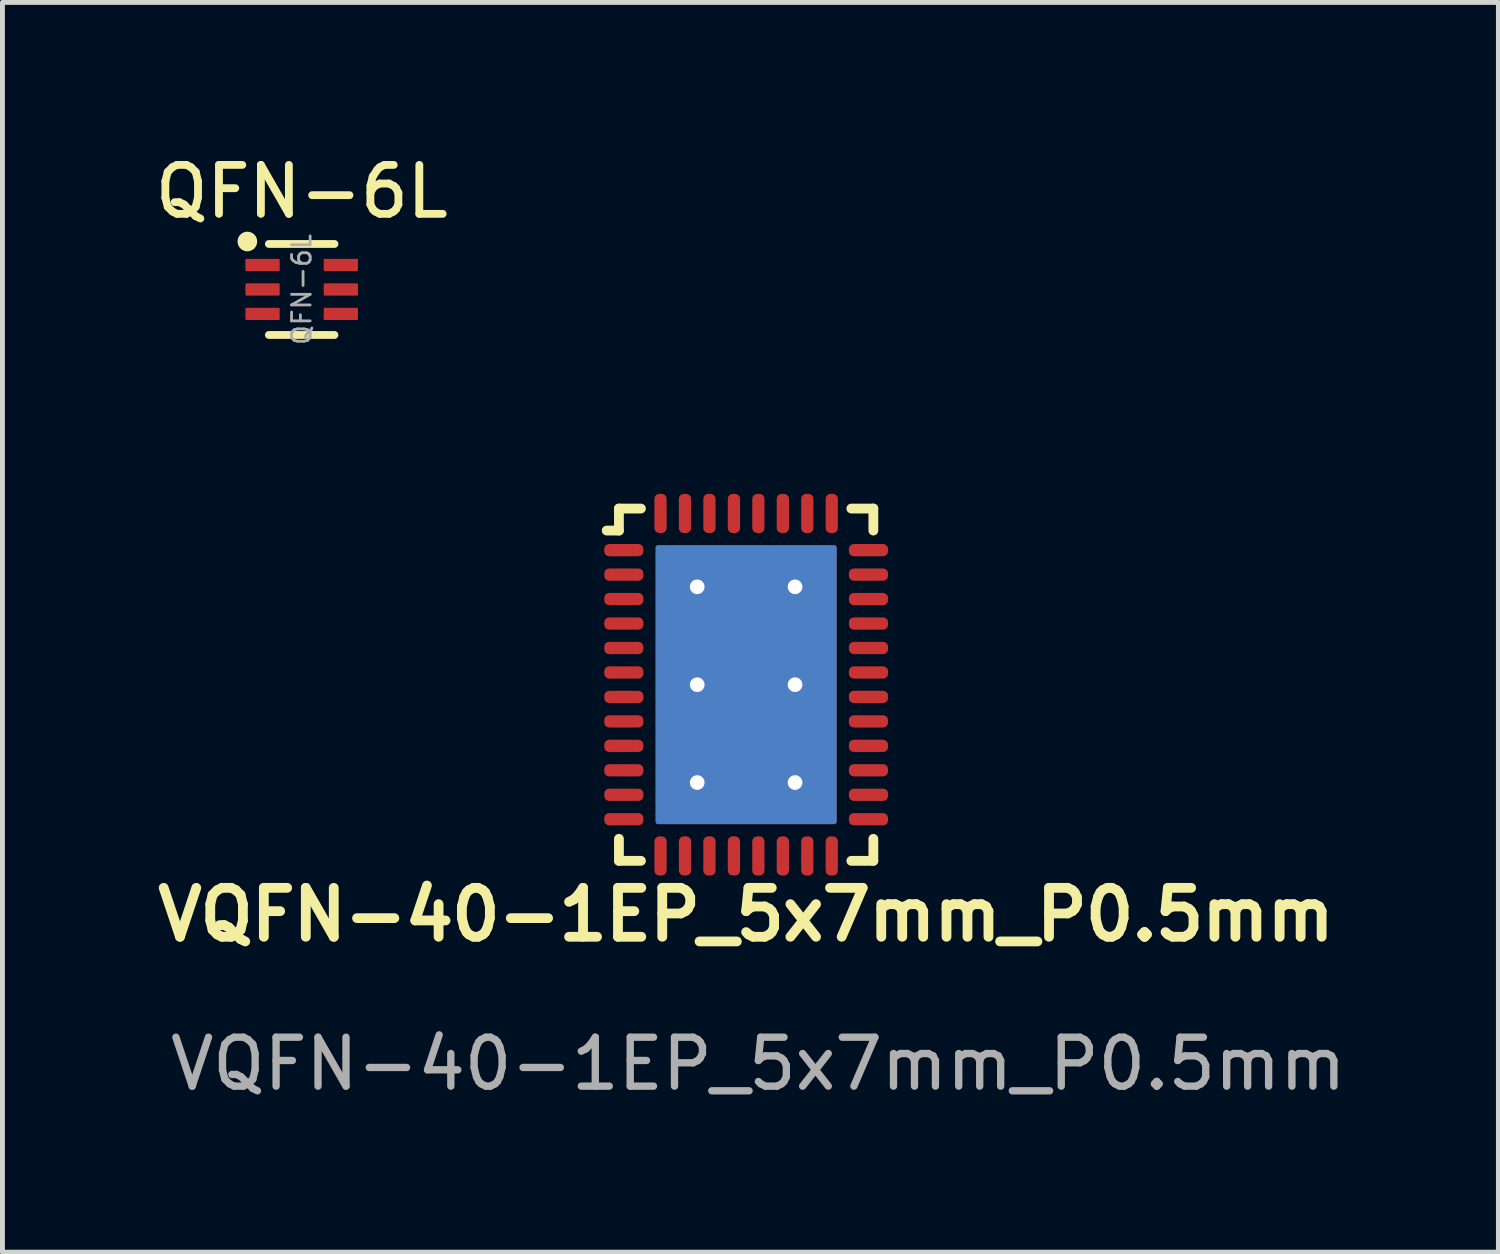
<source format=kicad_pcb>
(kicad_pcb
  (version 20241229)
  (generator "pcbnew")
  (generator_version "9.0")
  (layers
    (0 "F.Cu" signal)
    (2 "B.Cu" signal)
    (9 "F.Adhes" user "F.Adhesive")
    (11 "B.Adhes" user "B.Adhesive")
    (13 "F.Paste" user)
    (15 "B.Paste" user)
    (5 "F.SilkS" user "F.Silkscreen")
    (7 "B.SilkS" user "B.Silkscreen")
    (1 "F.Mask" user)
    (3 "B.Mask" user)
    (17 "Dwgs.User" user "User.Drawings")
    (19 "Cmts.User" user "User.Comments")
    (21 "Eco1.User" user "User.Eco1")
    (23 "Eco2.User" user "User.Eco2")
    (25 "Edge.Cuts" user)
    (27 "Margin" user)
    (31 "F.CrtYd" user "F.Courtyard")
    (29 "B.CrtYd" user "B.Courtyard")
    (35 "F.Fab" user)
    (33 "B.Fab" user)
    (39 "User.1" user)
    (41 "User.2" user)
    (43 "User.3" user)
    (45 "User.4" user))
  (footprint "VQFN-40-1EP_5x7mm_P0.5mm"
    (layer "F.Cu")
    (at 12.2 10.944)
    (property "Reference" "VQFN-40-1EP_5x7mm_P0.5mm" (at 0 4.7 0) (unlocked yes) (layer "F.SilkS") (effects (font (size 1 1) (thickness 0.2) (bold yes))))
    (attr smd)
    (fp_line (start -2.85 -3.15) (end -2.6 -3.15) (stroke (width 0.2) (type default)) (layer "F.SilkS"))
    (fp_line (start -2.6 -3.15) (end -2.6 -3.6) (stroke (width 0.2) (type default)) (layer "F.SilkS"))
    (fp_line (start -2.6 3.6) (end -2.6 3.15) (stroke (width 0.2) (type default)) (layer "F.SilkS"))
    (fp_line (start -2.15 -3.6) (end -2.6 -3.6) (stroke (width 0.2) (type default)) (layer "F.SilkS"))
    (fp_line (start -2.15 3.6) (end -2.6 3.6) (stroke (width 0.2) (type default)) (layer "F.SilkS"))
    (fp_line (start 2.6 -3.6) (end 2.15 -3.6) (stroke (width 0.2) (type default)) (layer "F.SilkS"))
    (fp_line (start 2.6 -3.6) (end 2.6 -3.15) (stroke (width 0.2) (type default)) (layer "F.SilkS"))
    (fp_line (start 2.6 3.15) (end 2.6 3.6) (stroke (width 0.2) (type default)) (layer "F.SilkS"))
    (fp_line (start 2.6 3.6) (end 2.15 3.6) (stroke (width 0.2) (type default)) (layer "F.SilkS"))
    (fp_text user "${REFERENCE}" (at 0.25 7.75 0) (unlocked yes) (layer "F.Fab") (effects (font (size 1 1) (thickness 0.15))))
    (pad "1" smd roundrect (at -2.5 -2.75) (size 0.8 0.25) (layers "F.Cu" "F.Mask" "F.Paste") (roundrect_rratio 0.4))
    (pad "2" smd roundrect (at -2.5 -2.25) (size 0.8 0.25) (layers "F.Cu" "F.Mask" "F.Paste") (roundrect_rratio 0.4))
    (pad "3" smd roundrect (at -2.5 -1.75) (size 0.8 0.25) (layers "F.Cu" "F.Mask" "F.Paste") (roundrect_rratio 0.4))
    (pad "4" smd roundrect (at -2.5 -1.25) (size 0.8 0.25) (layers "F.Cu" "F.Mask" "F.Paste") (roundrect_rratio 0.4))
    (pad "5" smd roundrect (at -2.5 -0.75) (size 0.8 0.25) (layers "F.Cu" "F.Mask" "F.Paste") (roundrect_rratio 0.4))
    (pad "6" smd roundrect (at -2.5 -0.25) (size 0.8 0.25) (layers "F.Cu" "F.Mask" "F.Paste") (roundrect_rratio 0.4))
    (pad "7" smd roundrect (at -2.5 0.25) (size 0.8 0.25) (layers "F.Cu" "F.Mask" "F.Paste") (roundrect_rratio 0.4))
    (pad "8" smd roundrect (at -2.5 0.75) (size 0.8 0.25) (layers "F.Cu" "F.Mask" "F.Paste") (roundrect_rratio 0.4))
    (pad "9" smd roundrect (at -2.5 1.25) (size 0.8 0.25) (layers "F.Cu" "F.Mask" "F.Paste") (roundrect_rratio 0.4))
    (pad "10" smd roundrect (at -2.5 1.75) (size 0.8 0.25) (layers "F.Cu" "F.Mask" "F.Paste") (roundrect_rratio 0.4))
    (pad "11" smd roundrect (at -2.5 2.25) (size 0.8 0.25) (layers "F.Cu" "F.Mask" "F.Paste") (roundrect_rratio 0.4))
    (pad "12" smd roundrect (at -2.5 2.75) (size 0.8 0.25) (layers "F.Cu" "F.Mask" "F.Paste") (roundrect_rratio 0.4))
    (pad "13" smd roundrect (at -1.75 3.5 90) (size 0.8 0.25) (layers "F.Cu" "F.Mask" "F.Paste") (roundrect_rratio 0.4))
    (pad "14" smd roundrect (at -1.25 3.5 90) (size 0.8 0.25) (layers "F.Cu" "F.Mask" "F.Paste") (roundrect_rratio 0.4))
    (pad "15" smd roundrect (at -0.75 3.5 90) (size 0.8 0.25) (layers "F.Cu" "F.Mask" "F.Paste") (roundrect_rratio 0.4))
    (pad "16" smd roundrect (at -0.25 3.5 90) (size 0.8 0.25) (layers "F.Cu" "F.Mask" "F.Paste") (roundrect_rratio 0.4))
    (pad "17" smd roundrect (at 0.25 3.5 90) (size 0.8 0.25) (layers "F.Cu" "F.Mask" "F.Paste") (roundrect_rratio 0.4))
    (pad "18" smd roundrect (at 0.75 3.5 90) (size 0.8 0.25) (layers "F.Cu" "F.Mask" "F.Paste") (roundrect_rratio 0.4))
    (pad "19" smd roundrect (at 1.25 3.5 90) (size 0.8 0.25) (layers "F.Cu" "F.Mask" "F.Paste") (roundrect_rratio 0.4))
    (pad "20" smd roundrect (at 1.75 3.5 90) (size 0.8 0.25) (layers "F.Cu" "F.Mask" "F.Paste") (roundrect_rratio 0.4))
    (pad "21" smd roundrect (at 2.5 2.75) (size 0.8 0.25) (layers "F.Cu" "F.Mask" "F.Paste") (roundrect_rratio 0.4))
    (pad "22" smd roundrect (at 2.5 2.25) (size 0.8 0.25) (layers "F.Cu" "F.Mask" "F.Paste") (roundrect_rratio 0.4))
    (pad "23" smd roundrect (at 2.5 1.75) (size 0.8 0.25) (layers "F.Cu" "F.Mask" "F.Paste") (roundrect_rratio 0.4))
    (pad "24" smd roundrect (at 2.5 1.25) (size 0.8 0.25) (layers "F.Cu" "F.Mask" "F.Paste") (roundrect_rratio 0.4))
    (pad "25" smd roundrect (at 2.5 0.75) (size 0.8 0.25) (layers "F.Cu" "F.Mask" "F.Paste") (roundrect_rratio 0.4))
    (pad "26" smd roundrect (at 2.5 0.25) (size 0.8 0.25) (layers "F.Cu" "F.Mask" "F.Paste") (roundrect_rratio 0.4))
    (pad "27" smd roundrect (at 2.5 -0.25) (size 0.8 0.25) (layers "F.Cu" "F.Mask" "F.Paste") (roundrect_rratio 0.4))
    (pad "28" smd roundrect (at 2.5 -0.75) (size 0.8 0.25) (layers "F.Cu" "F.Mask" "F.Paste") (roundrect_rratio 0.4))
    (pad "29" smd roundrect (at 2.5 -1.25) (size 0.8 0.25) (layers "F.Cu" "F.Mask" "F.Paste") (roundrect_rratio 0.4))
    (pad "30" smd roundrect (at 2.5 -1.75) (size 0.8 0.25) (layers "F.Cu" "F.Mask" "F.Paste") (roundrect_rratio 0.4))
    (pad "31" smd roundrect (at 2.5 -2.25) (size 0.8 0.25) (layers "F.Cu" "F.Mask" "F.Paste") (roundrect_rratio 0.4))
    (pad "32" smd roundrect (at 2.5 -2.75) (size 0.8 0.25) (layers "F.Cu" "F.Mask" "F.Paste") (roundrect_rratio 0.4))
    (pad "33" smd roundrect (at 1.75 -3.5 90) (size 0.8 0.25) (layers "F.Cu" "F.Mask" "F.Paste") (roundrect_rratio 0.4))
    (pad "34" smd roundrect (at 1.25 -3.5 90) (size 0.8 0.25) (layers "F.Cu" "F.Mask" "F.Paste") (roundrect_rratio 0.4))
    (pad "35" smd roundrect (at 0.75 -3.5 90) (size 0.8 0.25) (layers "F.Cu" "F.Mask" "F.Paste") (roundrect_rratio 0.4))
    (pad "36" smd roundrect (at 0.25 -3.5 90) (size 0.8 0.25) (layers "F.Cu" "F.Mask" "F.Paste") (roundrect_rratio 0.4))
    (pad "37" smd roundrect (at -0.25 -3.5 90) (size 0.8 0.25) (layers "F.Cu" "F.Mask" "F.Paste") (roundrect_rratio 0.4))
    (pad "38" smd roundrect (at -0.75 -3.5 90) (size 0.8 0.25) (layers "F.Cu" "F.Mask" "F.Paste") (roundrect_rratio 0.4))
    (pad "39" smd roundrect (at -1.25 -3.5 90) (size 0.8 0.25) (layers "F.Cu" "F.Mask" "F.Paste") (roundrect_rratio 0.4))
    (pad "40" smd roundrect (at -1.75 -3.5 90) (size 0.8 0.25) (layers "F.Cu" "F.Mask" "F.Paste") (roundrect_rratio 0.4))
    (pad "41" thru_hole circle (at -1 -2 90) (size 0.56 0.56) (drill 0.3) (layers "*.Cu" "F.Mask"))
    (pad "41" thru_hole circle (at -1 0 90) (size 0.56 0.56) (drill 0.3) (layers "*.Cu" "F.Mask"))
    (pad "41" thru_hole circle (at -1 2 90) (size 0.56 0.56) (drill 0.3) (layers "*.Cu" "F.Mask"))
    (pad "41" smd roundrect (at 0 0 90) (size 5.7 3.7) (layers "F.Cu" "F.Mask" "F.Paste") (roundrect_rratio 0.014))
    (pad "41" smd roundrect (at 0 0 90) (size 5.7 3.7) (layers "B.Cu") (roundrect_rratio 0.014))
    (pad "41" thru_hole circle (at 1 -2 90) (size 0.56 0.56) (drill 0.3) (layers "*.Cu" "F.Mask"))
    (pad "41" thru_hole circle (at 1 0 90) (size 0.56 0.56) (drill 0.3) (layers "*.Cu" "F.Mask"))
    (pad "41" thru_hole circle (at 1 2 90) (size 0.56 0.56) (drill 0.3) (layers "*.Cu" "F.Mask")))
  (footprint "QFN-6L"
    (layer "F.Cu")
    (at 3.116 2.866)
    (property "Reference" "QFN-6L" (at 0 -2 0) (layer "F.SilkS") (effects (font (size 1 1) (thickness 0.16))))
    (attr smd)
    (fp_line (start -0.67 -0.93) (end 0.67 -0.93) (stroke (width 0.16) (type default)) (layer "F.SilkS"))
    (fp_line (start -0.67 0.93) (end 0.67 0.93) (stroke (width 0.16) (type default)) (layer "F.SilkS"))
    (fp_circle (center -1.11 -0.98) (end -1.01 -0.97) (stroke (width 0.2) (type default)) (fill no) (layer "F.SilkS"))
    (fp_rect (start -0.75 -0.85) (end 0.75 0.85) (stroke (width 0.01) (type default)) (fill no) (layer "User.1"))
    (fp_text user "${REFERENCE}" (at 0 0 90) (layer "F.Fab") (effects (font (size 0.38 0.38) (thickness 0.057))))
    (pad "1" smd roundrect (at -0.8 -0.5) (size 0.7 0.25) (layers "F.Cu" "F.Mask" "F.Paste") (roundrect_rratio 0.08))
    (pad "2" smd roundrect (at -0.8 0) (size 0.7 0.25) (layers "F.Cu" "F.Mask" "F.Paste") (roundrect_rratio 0.08))
    (pad "3" smd roundrect (at -0.8 0.5) (size 0.7 0.25) (layers "F.Cu" "F.Mask" "F.Paste") (roundrect_rratio 0.08))
    (pad "4" smd roundrect (at 0.8 0.5) (size 0.7 0.25) (layers "F.Cu" "F.Mask" "F.Paste") (roundrect_rratio 0.08))
    (pad "5" smd roundrect (at 0.8 0) (size 0.7 0.25) (layers "F.Cu" "F.Mask" "F.Paste") (roundrect_rratio 0.08))
    (pad "6" smd roundrect (at 0.8 -0.5) (size 0.7 0.25) (layers "F.Cu" "F.Mask" "F.Paste") (roundrect_rratio 0.08)))
  (gr_rect
    (start -3 -3)
    (end 27.575 22.543)
    (stroke (width 0.1) (type default))
    (fill no)
    (layer "Edge.Cuts")))
</source>
